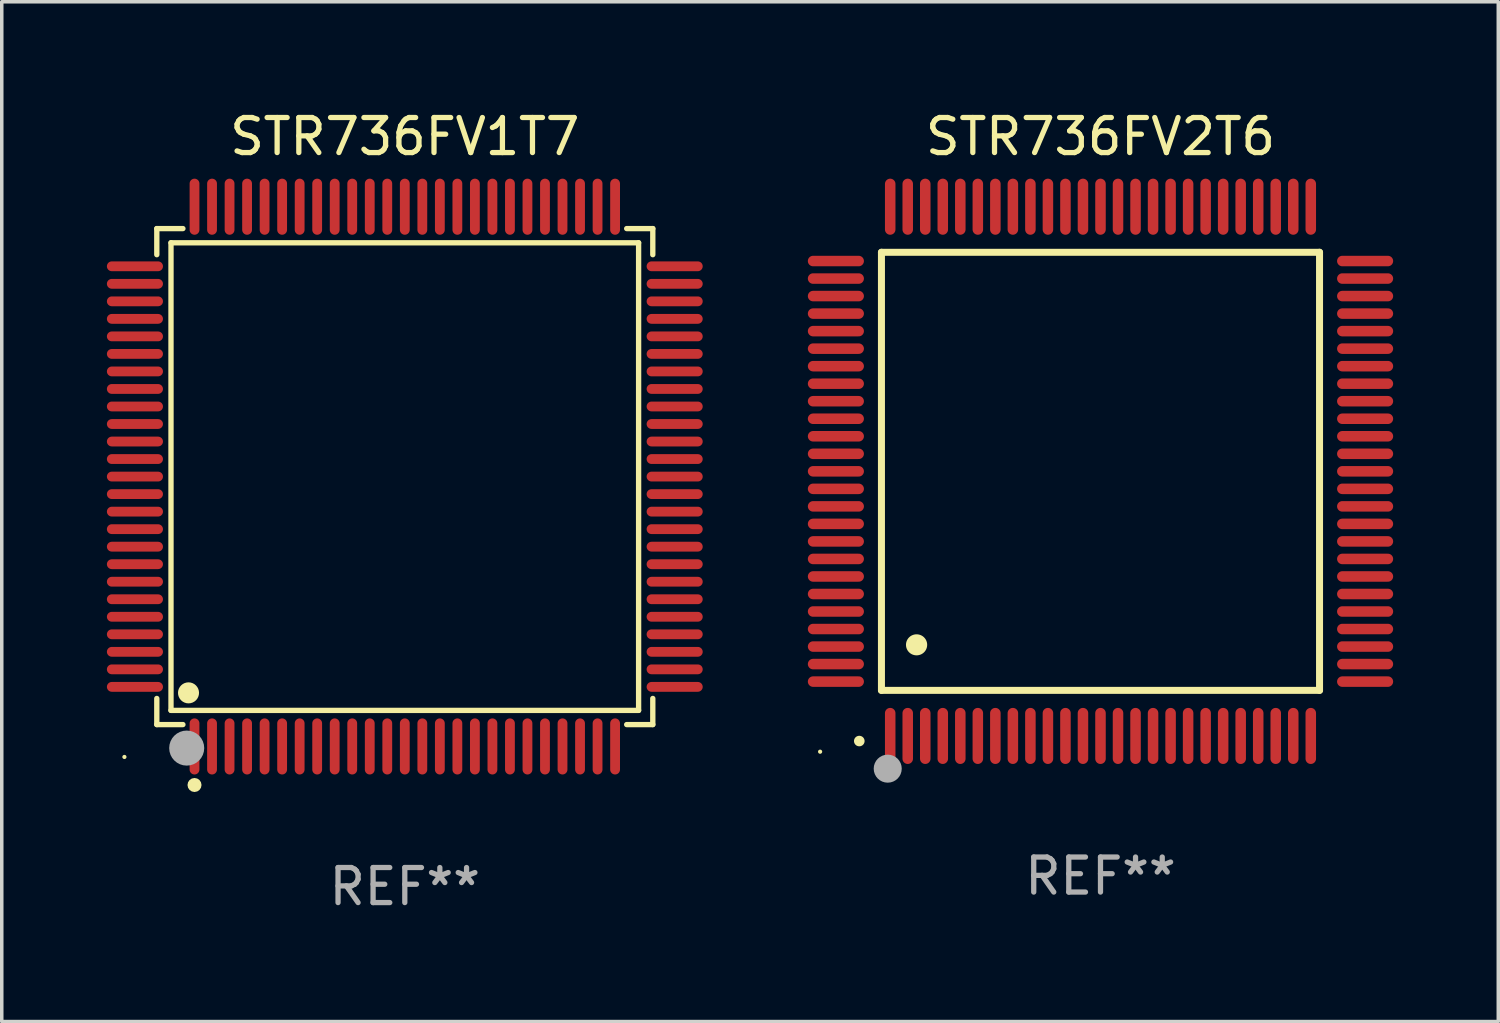
<source format=kicad_pcb>
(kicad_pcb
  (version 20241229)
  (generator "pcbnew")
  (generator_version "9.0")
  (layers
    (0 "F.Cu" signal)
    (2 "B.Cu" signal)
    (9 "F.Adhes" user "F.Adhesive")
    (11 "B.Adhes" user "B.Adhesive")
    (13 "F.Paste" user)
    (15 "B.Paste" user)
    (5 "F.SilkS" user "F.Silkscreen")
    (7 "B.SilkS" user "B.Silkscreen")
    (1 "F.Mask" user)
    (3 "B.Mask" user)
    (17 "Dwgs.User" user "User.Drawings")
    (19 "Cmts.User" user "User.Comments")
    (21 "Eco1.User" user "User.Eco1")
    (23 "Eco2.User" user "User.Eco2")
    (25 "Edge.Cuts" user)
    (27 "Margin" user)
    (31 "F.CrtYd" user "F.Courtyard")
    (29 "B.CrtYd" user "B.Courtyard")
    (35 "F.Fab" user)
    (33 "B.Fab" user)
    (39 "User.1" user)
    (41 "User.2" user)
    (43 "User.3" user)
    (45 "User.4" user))
  (footprint "STR736FV1T7"
    (layer "F.Cu")
    (at 8.5 10.548)
    (property "Reference" "STR736FV1T7" (at 0 -9.7 0) (layer "F.SilkS") (effects (font (size 1 1) (thickness 0.15))))
    (attr through_hole)
    (fp_line (start -7.076 -7.076) (end -6.331 -7.076) (stroke (width 0.152) (type solid)) (layer "F.SilkS"))
    (fp_line (start -7.076 -6.331) (end -7.076 -7.076) (stroke (width 0.152) (type solid)) (layer "F.SilkS"))
    (fp_line (start -7.076 6.331) (end -7.076 7.076) (stroke (width 0.152) (type solid)) (layer "F.SilkS"))
    (fp_line (start -7.076 7.076) (end -6.331 7.076) (stroke (width 0.152) (type solid)) (layer "F.SilkS"))
    (fp_line (start -6.671 -6.671) (end 6.671 -6.671) (stroke (width 0.152) (type solid)) (layer "F.SilkS"))
    (fp_line (start -6.671 6.671) (end -6.671 -6.671) (stroke (width 0.152) (type solid)) (layer "F.SilkS"))
    (fp_line (start 6.671 -6.671) (end 6.671 6.671) (stroke (width 0.152) (type solid)) (layer "F.SilkS"))
    (fp_line (start 6.671 6.671) (end -6.671 6.671) (stroke (width 0.152) (type solid)) (layer "F.SilkS"))
    (fp_line (start 7.076 -7.076) (end 6.331 -7.076) (stroke (width 0.152) (type solid)) (layer "F.SilkS"))
    (fp_line (start 7.076 -6.331) (end 7.076 -7.076) (stroke (width 0.152) (type solid)) (layer "F.SilkS"))
    (fp_line (start 7.076 6.331) (end 7.076 7.076) (stroke (width 0.152) (type solid)) (layer "F.SilkS"))
    (fp_line (start 7.076 7.076) (end 6.331 7.076) (stroke (width 0.152) (type solid)) (layer "F.SilkS"))
    (fp_circle (center -8 8) (end -7.97 8) (stroke (width 0.06) (type solid)) (fill no) (layer "F.SilkS"))
    (fp_circle (center -6.171 6.171) (end -6.021 6.171) (stroke (width 0.3) (type solid)) (fill no) (layer "F.SilkS"))
    (fp_circle (center -6 8.8) (end -5.9 8.8) (stroke (width 0.2) (type solid)) (fill no) (layer "F.SilkS"))
    (fp_circle (center -6.223 7.747) (end -5.973 7.747) (stroke (width 0.5) (type solid)) (fill no) (layer "F.Fab"))
    (fp_text user "REF**" (at 0 11.7 0) (layer "F.Fab") (effects (font (size 1 1) (thickness 0.15))))
    (pad "1" smd oval (at -6 7.7) (size 0.28 1.6) (layers "F.Cu" "F.Mask" "F.Paste"))
    (pad "2" smd oval (at -5.5 7.7) (size 0.28 1.6) (layers "F.Cu" "F.Mask" "F.Paste"))
    (pad "3" smd oval (at -5 7.7) (size 0.28 1.6) (layers "F.Cu" "F.Mask" "F.Paste"))
    (pad "4" smd oval (at -4.5 7.7) (size 0.28 1.6) (layers "F.Cu" "F.Mask" "F.Paste"))
    (pad "5" smd oval (at -4 7.7) (size 0.28 1.6) (layers "F.Cu" "F.Mask" "F.Paste"))
    (pad "6" smd oval (at -3.5 7.7) (size 0.28 1.6) (layers "F.Cu" "F.Mask" "F.Paste"))
    (pad "7" smd oval (at -3 7.7) (size 0.28 1.6) (layers "F.Cu" "F.Mask" "F.Paste"))
    (pad "8" smd oval (at -2.5 7.7) (size 0.28 1.6) (layers "F.Cu" "F.Mask" "F.Paste"))
    (pad "9" smd oval (at -2 7.7) (size 0.28 1.6) (layers "F.Cu" "F.Mask" "F.Paste"))
    (pad "10" smd oval (at -1.5 7.7) (size 0.28 1.6) (layers "F.Cu" "F.Mask" "F.Paste"))
    (pad "11" smd oval (at -1 7.7) (size 0.28 1.6) (layers "F.Cu" "F.Mask" "F.Paste"))
    (pad "12" smd oval (at -0.5 7.7) (size 0.28 1.6) (layers "F.Cu" "F.Mask" "F.Paste"))
    (pad "13" smd oval (at 0 7.7) (size 0.28 1.6) (layers "F.Cu" "F.Mask" "F.Paste"))
    (pad "14" smd oval (at 0.5 7.7) (size 0.28 1.6) (layers "F.Cu" "F.Mask" "F.Paste"))
    (pad "15" smd oval (at 1 7.7) (size 0.28 1.6) (layers "F.Cu" "F.Mask" "F.Paste"))
    (pad "16" smd oval (at 1.5 7.7) (size 0.28 1.6) (layers "F.Cu" "F.Mask" "F.Paste"))
    (pad "17" smd oval (at 2 7.7) (size 0.28 1.6) (layers "F.Cu" "F.Mask" "F.Paste"))
    (pad "18" smd oval (at 2.5 7.7) (size 0.28 1.6) (layers "F.Cu" "F.Mask" "F.Paste"))
    (pad "19" smd oval (at 3 7.7) (size 0.28 1.6) (layers "F.Cu" "F.Mask" "F.Paste"))
    (pad "20" smd oval (at 3.5 7.7) (size 0.28 1.6) (layers "F.Cu" "F.Mask" "F.Paste"))
    (pad "21" smd oval (at 4 7.7) (size 0.28 1.6) (layers "F.Cu" "F.Mask" "F.Paste"))
    (pad "22" smd oval (at 4.5 7.7) (size 0.28 1.6) (layers "F.Cu" "F.Mask" "F.Paste"))
    (pad "23" smd oval (at 5 7.7) (size 0.28 1.6) (layers "F.Cu" "F.Mask" "F.Paste"))
    (pad "24" smd oval (at 5.5 7.7) (size 0.28 1.6) (layers "F.Cu" "F.Mask" "F.Paste"))
    (pad "25" smd oval (at 6 7.7) (size 0.28 1.6) (layers "F.Cu" "F.Mask" "F.Paste"))
    (pad "26" smd oval (at 7.7 6) (size 1.6 0.28) (layers "F.Cu" "F.Mask" "F.Paste"))
    (pad "27" smd oval (at 7.7 5.5) (size 1.6 0.28) (layers "F.Cu" "F.Mask" "F.Paste"))
    (pad "28" smd oval (at 7.7 5) (size 1.6 0.28) (layers "F.Cu" "F.Mask" "F.Paste"))
    (pad "29" smd oval (at 7.7 4.5) (size 1.6 0.28) (layers "F.Cu" "F.Mask" "F.Paste"))
    (pad "30" smd oval (at 7.7 4) (size 1.6 0.28) (layers "F.Cu" "F.Mask" "F.Paste"))
    (pad "31" smd oval (at 7.7 3.5) (size 1.6 0.28) (layers "F.Cu" "F.Mask" "F.Paste"))
    (pad "32" smd oval (at 7.7 3) (size 1.6 0.28) (layers "F.Cu" "F.Mask" "F.Paste"))
    (pad "33" smd oval (at 7.7 2.5) (size 1.6 0.28) (layers "F.Cu" "F.Mask" "F.Paste"))
    (pad "34" smd oval (at 7.7 2) (size 1.6 0.28) (layers "F.Cu" "F.Mask" "F.Paste"))
    (pad "35" smd oval (at 7.7 1.5) (size 1.6 0.28) (layers "F.Cu" "F.Mask" "F.Paste"))
    (pad "36" smd oval (at 7.7 1) (size 1.6 0.28) (layers "F.Cu" "F.Mask" "F.Paste"))
    (pad "37" smd oval (at 7.7 0.5) (size 1.6 0.28) (layers "F.Cu" "F.Mask" "F.Paste"))
    (pad "38" smd oval (at 7.7 0) (size 1.6 0.28) (layers "F.Cu" "F.Mask" "F.Paste"))
    (pad "39" smd oval (at 7.7 -0.5) (size 1.6 0.28) (layers "F.Cu" "F.Mask" "F.Paste"))
    (pad "40" smd oval (at 7.7 -1) (size 1.6 0.28) (layers "F.Cu" "F.Mask" "F.Paste"))
    (pad "41" smd oval (at 7.7 -1.5) (size 1.6 0.28) (layers "F.Cu" "F.Mask" "F.Paste"))
    (pad "42" smd oval (at 7.7 -2) (size 1.6 0.28) (layers "F.Cu" "F.Mask" "F.Paste"))
    (pad "43" smd oval (at 7.7 -2.5) (size 1.6 0.28) (layers "F.Cu" "F.Mask" "F.Paste"))
    (pad "44" smd oval (at 7.7 -3) (size 1.6 0.28) (layers "F.Cu" "F.Mask" "F.Paste"))
    (pad "45" smd oval (at 7.7 -3.5) (size 1.6 0.28) (layers "F.Cu" "F.Mask" "F.Paste"))
    (pad "46" smd oval (at 7.7 -4) (size 1.6 0.28) (layers "F.Cu" "F.Mask" "F.Paste"))
    (pad "47" smd oval (at 7.7 -4.5) (size 1.6 0.28) (layers "F.Cu" "F.Mask" "F.Paste"))
    (pad "48" smd oval (at 7.7 -5) (size 1.6 0.28) (layers "F.Cu" "F.Mask" "F.Paste"))
    (pad "49" smd oval (at 7.7 -5.5) (size 1.6 0.28) (layers "F.Cu" "F.Mask" "F.Paste"))
    (pad "50" smd oval (at 7.7 -6) (size 1.6 0.28) (layers "F.Cu" "F.Mask" "F.Paste"))
    (pad "51" smd oval (at 6 -7.7) (size 0.28 1.6) (layers "F.Cu" "F.Mask" "F.Paste"))
    (pad "52" smd oval (at 5.5 -7.7) (size 0.28 1.6) (layers "F.Cu" "F.Mask" "F.Paste"))
    (pad "53" smd oval (at 5 -7.7) (size 0.28 1.6) (layers "F.Cu" "F.Mask" "F.Paste"))
    (pad "54" smd oval (at 4.5 -7.7) (size 0.28 1.6) (layers "F.Cu" "F.Mask" "F.Paste"))
    (pad "55" smd oval (at 4 -7.7) (size 0.28 1.6) (layers "F.Cu" "F.Mask" "F.Paste"))
    (pad "56" smd oval (at 3.5 -7.7) (size 0.28 1.6) (layers "F.Cu" "F.Mask" "F.Paste"))
    (pad "57" smd oval (at 3 -7.7) (size 0.28 1.6) (layers "F.Cu" "F.Mask" "F.Paste"))
    (pad "58" smd oval (at 2.5 -7.7) (size 0.28 1.6) (layers "F.Cu" "F.Mask" "F.Paste"))
    (pad "59" smd oval (at 2 -7.7) (size 0.28 1.6) (layers "F.Cu" "F.Mask" "F.Paste"))
    (pad "60" smd oval (at 1.5 -7.7) (size 0.28 1.6) (layers "F.Cu" "F.Mask" "F.Paste"))
    (pad "61" smd oval (at 1 -7.7) (size 0.28 1.6) (layers "F.Cu" "F.Mask" "F.Paste"))
    (pad "62" smd oval (at 0.5 -7.7) (size 0.28 1.6) (layers "F.Cu" "F.Mask" "F.Paste"))
    (pad "63" smd oval (at 0 -7.7) (size 0.28 1.6) (layers "F.Cu" "F.Mask" "F.Paste"))
    (pad "64" smd oval (at -0.5 -7.7) (size 0.28 1.6) (layers "F.Cu" "F.Mask" "F.Paste"))
    (pad "65" smd oval (at -1 -7.7) (size 0.28 1.6) (layers "F.Cu" "F.Mask" "F.Paste"))
    (pad "66" smd oval (at -1.5 -7.7) (size 0.28 1.6) (layers "F.Cu" "F.Mask" "F.Paste"))
    (pad "67" smd oval (at -2 -7.7) (size 0.28 1.6) (layers "F.Cu" "F.Mask" "F.Paste"))
    (pad "68" smd oval (at -2.5 -7.7) (size 0.28 1.6) (layers "F.Cu" "F.Mask" "F.Paste"))
    (pad "69" smd oval (at -3 -7.7) (size 0.28 1.6) (layers "F.Cu" "F.Mask" "F.Paste"))
    (pad "70" smd oval (at -3.5 -7.7) (size 0.28 1.6) (layers "F.Cu" "F.Mask" "F.Paste"))
    (pad "71" smd oval (at -4 -7.7) (size 0.28 1.6) (layers "F.Cu" "F.Mask" "F.Paste"))
    (pad "72" smd oval (at -4.5 -7.7) (size 0.28 1.6) (layers "F.Cu" "F.Mask" "F.Paste"))
    (pad "73" smd oval (at -5 -7.7) (size 0.28 1.6) (layers "F.Cu" "F.Mask" "F.Paste"))
    (pad "74" smd oval (at -5.5 -7.7) (size 0.28 1.6) (layers "F.Cu" "F.Mask" "F.Paste"))
    (pad "75" smd oval (at -6 -7.7) (size 0.28 1.6) (layers "F.Cu" "F.Mask" "F.Paste"))
    (pad "76" smd oval (at -7.7 -6) (size 1.6 0.28) (layers "F.Cu" "F.Mask" "F.Paste"))
    (pad "77" smd oval (at -7.7 -5.5) (size 1.6 0.28) (layers "F.Cu" "F.Mask" "F.Paste"))
    (pad "78" smd oval (at -7.7 -5) (size 1.6 0.28) (layers "F.Cu" "F.Mask" "F.Paste"))
    (pad "79" smd oval (at -7.7 -4.5) (size 1.6 0.28) (layers "F.Cu" "F.Mask" "F.Paste"))
    (pad "80" smd oval (at -7.7 -4) (size 1.6 0.28) (layers "F.Cu" "F.Mask" "F.Paste"))
    (pad "81" smd oval (at -7.7 -3.5) (size 1.6 0.28) (layers "F.Cu" "F.Mask" "F.Paste"))
    (pad "82" smd oval (at -7.7 -3) (size 1.6 0.28) (layers "F.Cu" "F.Mask" "F.Paste"))
    (pad "83" smd oval (at -7.7 -2.5) (size 1.6 0.28) (layers "F.Cu" "F.Mask" "F.Paste"))
    (pad "84" smd oval (at -7.7 -2) (size 1.6 0.28) (layers "F.Cu" "F.Mask" "F.Paste"))
    (pad "85" smd oval (at -7.7 -1.5) (size 1.6 0.28) (layers "F.Cu" "F.Mask" "F.Paste"))
    (pad "86" smd oval (at -7.7 -1) (size 1.6 0.28) (layers "F.Cu" "F.Mask" "F.Paste"))
    (pad "87" smd oval (at -7.7 -0.5) (size 1.6 0.28) (layers "F.Cu" "F.Mask" "F.Paste"))
    (pad "88" smd oval (at -7.7 0) (size 1.6 0.28) (layers "F.Cu" "F.Mask" "F.Paste"))
    (pad "89" smd oval (at -7.7 0.5) (size 1.6 0.28) (layers "F.Cu" "F.Mask" "F.Paste"))
    (pad "90" smd oval (at -7.7 1) (size 1.6 0.28) (layers "F.Cu" "F.Mask" "F.Paste"))
    (pad "91" smd oval (at -7.7 1.5) (size 1.6 0.28) (layers "F.Cu" "F.Mask" "F.Paste"))
    (pad "92" smd oval (at -7.7 2) (size 1.6 0.28) (layers "F.Cu" "F.Mask" "F.Paste"))
    (pad "93" smd oval (at -7.7 2.5) (size 1.6 0.28) (layers "F.Cu" "F.Mask" "F.Paste"))
    (pad "94" smd oval (at -7.7 3) (size 1.6 0.28) (layers "F.Cu" "F.Mask" "F.Paste"))
    (pad "95" smd oval (at -7.7 3.5) (size 1.6 0.28) (layers "F.Cu" "F.Mask" "F.Paste"))
    (pad "96" smd oval (at -7.7 4) (size 1.6 0.28) (layers "F.Cu" "F.Mask" "F.Paste"))
    (pad "97" smd oval (at -7.7 4.5) (size 1.6 0.28) (layers "F.Cu" "F.Mask" "F.Paste"))
    (pad "98" smd oval (at -7.7 5) (size 1.6 0.28) (layers "F.Cu" "F.Mask" "F.Paste"))
    (pad "99" smd oval (at -7.7 5.5) (size 1.6 0.28) (layers "F.Cu" "F.Mask" "F.Paste"))
    (pad "100" smd oval (at -7.7 6) (size 1.6 0.28) (layers "F.Cu" "F.Mask" "F.Paste")))
  (footprint "STR736FV2T6"
    (layer "F.Cu")
    (at 28.35 10.398)
    (property "Reference" "STR736FV2T6" (at 0 -9.55 0) (layer "F.SilkS") (effects (font (size 1 1) (thickness 0.15))))
    (attr through_hole)
    (fp_line (start -6.25 -6.25) (end -6.25 6.25) (stroke (width 0.2) (type solid)) (layer "F.SilkS"))
    (fp_line (start -6.25 6.25) (end 6.25 6.25) (stroke (width 0.2) (type solid)) (layer "F.SilkS"))
    (fp_line (start 6.25 -6.25) (end -6.25 -6.25) (stroke (width 0.2) (type solid)) (layer "F.SilkS"))
    (fp_line (start 6.25 6.25) (end 6.25 -6.25) (stroke (width 0.2) (type solid)) (layer "F.SilkS"))
    (fp_arc (start -6.883414 7.696215) (mid -6.882144 7.69621) (end -6.880874 7.696215) (stroke (width 0.3) (type solid)) (layer "F.SilkS"))
    (fp_arc (start -5.250191 4.95047) (mid -5.247651 4.950459) (end -5.245111 4.95047) (stroke (width 0.6) (type solid)) (layer "F.SilkS"))
    (fp_circle (center -8 8) (end -7.97 8) (stroke (width 0.06) (type solid)) (fill no) (layer "F.SilkS"))
    (fp_circle (center -6.071 8.484) (end -5.871 8.484) (stroke (width 0.4) (type solid)) (fill no) (layer "F.Fab"))
    (fp_text user "REF**" (at 0 11.55 0) (layer "F.Fab") (effects (font (size 1 1) (thickness 0.15))))
    (pad "1" smd oval (at -6 7.55) (size 0.3 1.6) (layers "F.Cu" "F.Mask" "F.Paste"))
    (pad "2" smd oval (at -5.5 7.55) (size 0.3 1.6) (layers "F.Cu" "F.Mask" "F.Paste"))
    (pad "3" smd oval (at -5 7.55) (size 0.3 1.6) (layers "F.Cu" "F.Mask" "F.Paste"))
    (pad "4" smd oval (at -4.5 7.55) (size 0.3 1.6) (layers "F.Cu" "F.Mask" "F.Paste"))
    (pad "5" smd oval (at -4 7.55) (size 0.3 1.6) (layers "F.Cu" "F.Mask" "F.Paste"))
    (pad "6" smd oval (at -3.5 7.55) (size 0.3 1.6) (layers "F.Cu" "F.Mask" "F.Paste"))
    (pad "7" smd oval (at -3 7.55) (size 0.3 1.6) (layers "F.Cu" "F.Mask" "F.Paste"))
    (pad "8" smd oval (at -2.5 7.55) (size 0.3 1.6) (layers "F.Cu" "F.Mask" "F.Paste"))
    (pad "9" smd oval (at -2 7.55) (size 0.3 1.6) (layers "F.Cu" "F.Mask" "F.Paste"))
    (pad "10" smd oval (at -1.5 7.55) (size 0.3 1.6) (layers "F.Cu" "F.Mask" "F.Paste"))
    (pad "11" smd oval (at -1 7.55) (size 0.3 1.6) (layers "F.Cu" "F.Mask" "F.Paste"))
    (pad "12" smd oval (at -0.5 7.55) (size 0.3 1.6) (layers "F.Cu" "F.Mask" "F.Paste"))
    (pad "13" smd oval (at 0 7.55) (size 0.3 1.6) (layers "F.Cu" "F.Mask" "F.Paste"))
    (pad "14" smd oval (at 0.5 7.55) (size 0.3 1.6) (layers "F.Cu" "F.Mask" "F.Paste"))
    (pad "15" smd oval (at 1 7.55) (size 0.3 1.6) (layers "F.Cu" "F.Mask" "F.Paste"))
    (pad "16" smd oval (at 1.5 7.55) (size 0.3 1.6) (layers "F.Cu" "F.Mask" "F.Paste"))
    (pad "17" smd oval (at 2 7.55) (size 0.3 1.6) (layers "F.Cu" "F.Mask" "F.Paste"))
    (pad "18" smd oval (at 2.5 7.55) (size 0.3 1.6) (layers "F.Cu" "F.Mask" "F.Paste"))
    (pad "19" smd oval (at 3 7.55) (size 0.3 1.6) (layers "F.Cu" "F.Mask" "F.Paste"))
    (pad "20" smd oval (at 3.5 7.55) (size 0.3 1.6) (layers "F.Cu" "F.Mask" "F.Paste"))
    (pad "21" smd oval (at 4 7.55) (size 0.3 1.6) (layers "F.Cu" "F.Mask" "F.Paste"))
    (pad "22" smd oval (at 4.5 7.55) (size 0.3 1.6) (layers "F.Cu" "F.Mask" "F.Paste"))
    (pad "23" smd oval (at 5 7.55) (size 0.3 1.6) (layers "F.Cu" "F.Mask" "F.Paste"))
    (pad "24" smd oval (at 5.5 7.55) (size 0.3 1.6) (layers "F.Cu" "F.Mask" "F.Paste"))
    (pad "25" smd oval (at 6 7.55) (size 0.3 1.6) (layers "F.Cu" "F.Mask" "F.Paste"))
    (pad "26" smd oval (at 7.55 6) (size 1.6 0.3) (layers "F.Cu" "F.Mask" "F.Paste"))
    (pad "27" smd oval (at 7.55 5.5) (size 1.6 0.3) (layers "F.Cu" "F.Mask" "F.Paste"))
    (pad "28" smd oval (at 7.55 5) (size 1.6 0.3) (layers "F.Cu" "F.Mask" "F.Paste"))
    (pad "29" smd oval (at 7.55 4.5) (size 1.6 0.3) (layers "F.Cu" "F.Mask" "F.Paste"))
    (pad "30" smd oval (at 7.55 4) (size 1.6 0.3) (layers "F.Cu" "F.Mask" "F.Paste"))
    (pad "31" smd oval (at 7.55 3.5) (size 1.6 0.3) (layers "F.Cu" "F.Mask" "F.Paste"))
    (pad "32" smd oval (at 7.55 3) (size 1.6 0.3) (layers "F.Cu" "F.Mask" "F.Paste"))
    (pad "33" smd oval (at 7.55 2.5) (size 1.6 0.3) (layers "F.Cu" "F.Mask" "F.Paste"))
    (pad "34" smd oval (at 7.55 2) (size 1.6 0.3) (layers "F.Cu" "F.Mask" "F.Paste"))
    (pad "35" smd oval (at 7.55 1.5) (size 1.6 0.3) (layers "F.Cu" "F.Mask" "F.Paste"))
    (pad "36" smd oval (at 7.55 1) (size 1.6 0.3) (layers "F.Cu" "F.Mask" "F.Paste"))
    (pad "37" smd oval (at 7.55 0.5) (size 1.6 0.3) (layers "F.Cu" "F.Mask" "F.Paste"))
    (pad "38" smd oval (at 7.55 0) (size 1.6 0.3) (layers "F.Cu" "F.Mask" "F.Paste"))
    (pad "39" smd oval (at 7.55 -0.5) (size 1.6 0.3) (layers "F.Cu" "F.Mask" "F.Paste"))
    (pad "40" smd oval (at 7.55 -1) (size 1.6 0.3) (layers "F.Cu" "F.Mask" "F.Paste"))
    (pad "41" smd oval (at 7.55 -1.5) (size 1.6 0.3) (layers "F.Cu" "F.Mask" "F.Paste"))
    (pad "42" smd oval (at 7.55 -2) (size 1.6 0.3) (layers "F.Cu" "F.Mask" "F.Paste"))
    (pad "43" smd oval (at 7.55 -2.5) (size 1.6 0.3) (layers "F.Cu" "F.Mask" "F.Paste"))
    (pad "44" smd oval (at 7.55 -3) (size 1.6 0.3) (layers "F.Cu" "F.Mask" "F.Paste"))
    (pad "45" smd oval (at 7.55 -3.5) (size 1.6 0.3) (layers "F.Cu" "F.Mask" "F.Paste"))
    (pad "46" smd oval (at 7.55 -4) (size 1.6 0.3) (layers "F.Cu" "F.Mask" "F.Paste"))
    (pad "47" smd oval (at 7.55 -4.5) (size 1.6 0.3) (layers "F.Cu" "F.Mask" "F.Paste"))
    (pad "48" smd oval (at 7.55 -5) (size 1.6 0.3) (layers "F.Cu" "F.Mask" "F.Paste"))
    (pad "49" smd oval (at 7.55 -5.5) (size 1.6 0.3) (layers "F.Cu" "F.Mask" "F.Paste"))
    (pad "50" smd oval (at 7.55 -6) (size 1.6 0.3) (layers "F.Cu" "F.Mask" "F.Paste"))
    (pad "51" smd oval (at 6 -7.55) (size 0.3 1.6) (layers "F.Cu" "F.Mask" "F.Paste"))
    (pad "52" smd oval (at 5.5 -7.55) (size 0.3 1.6) (layers "F.Cu" "F.Mask" "F.Paste"))
    (pad "53" smd oval (at 5 -7.55) (size 0.3 1.6) (layers "F.Cu" "F.Mask" "F.Paste"))
    (pad "54" smd oval (at 4.5 -7.55) (size 0.3 1.6) (layers "F.Cu" "F.Mask" "F.Paste"))
    (pad "55" smd oval (at 4 -7.55) (size 0.3 1.6) (layers "F.Cu" "F.Mask" "F.Paste"))
    (pad "56" smd oval (at 3.5 -7.55) (size 0.3 1.6) (layers "F.Cu" "F.Mask" "F.Paste"))
    (pad "57" smd oval (at 3 -7.55) (size 0.3 1.6) (layers "F.Cu" "F.Mask" "F.Paste"))
    (pad "58" smd oval (at 2.5 -7.55) (size 0.3 1.6) (layers "F.Cu" "F.Mask" "F.Paste"))
    (pad "59" smd oval (at 2 -7.55) (size 0.3 1.6) (layers "F.Cu" "F.Mask" "F.Paste"))
    (pad "60" smd oval (at 1.5 -7.55) (size 0.3 1.6) (layers "F.Cu" "F.Mask" "F.Paste"))
    (pad "61" smd oval (at 1 -7.55) (size 0.3 1.6) (layers "F.Cu" "F.Mask" "F.Paste"))
    (pad "62" smd oval (at 0.5 -7.55) (size 0.3 1.6) (layers "F.Cu" "F.Mask" "F.Paste"))
    (pad "63" smd oval (at 0 -7.55) (size 0.3 1.6) (layers "F.Cu" "F.Mask" "F.Paste"))
    (pad "64" smd oval (at -0.5 -7.55) (size 0.3 1.6) (layers "F.Cu" "F.Mask" "F.Paste"))
    (pad "65" smd oval (at -1 -7.55) (size 0.3 1.6) (layers "F.Cu" "F.Mask" "F.Paste"))
    (pad "66" smd oval (at -1.5 -7.55) (size 0.3 1.6) (layers "F.Cu" "F.Mask" "F.Paste"))
    (pad "67" smd oval (at -2 -7.55) (size 0.3 1.6) (layers "F.Cu" "F.Mask" "F.Paste"))
    (pad "68" smd oval (at -2.5 -7.55) (size 0.3 1.6) (layers "F.Cu" "F.Mask" "F.Paste"))
    (pad "69" smd oval (at -3 -7.55) (size 0.3 1.6) (layers "F.Cu" "F.Mask" "F.Paste"))
    (pad "70" smd oval (at -3.5 -7.55) (size 0.3 1.6) (layers "F.Cu" "F.Mask" "F.Paste"))
    (pad "71" smd oval (at -4 -7.55) (size 0.3 1.6) (layers "F.Cu" "F.Mask" "F.Paste"))
    (pad "72" smd oval (at -4.5 -7.55) (size 0.3 1.6) (layers "F.Cu" "F.Mask" "F.Paste"))
    (pad "73" smd oval (at -5 -7.55) (size 0.3 1.6) (layers "F.Cu" "F.Mask" "F.Paste"))
    (pad "74" smd oval (at -5.5 -7.55) (size 0.3 1.6) (layers "F.Cu" "F.Mask" "F.Paste"))
    (pad "75" smd oval (at -6 -7.55) (size 0.3 1.6) (layers "F.Cu" "F.Mask" "F.Paste"))
    (pad "76" smd oval (at -7.55 -6) (size 1.6 0.3) (layers "F.Cu" "F.Mask" "F.Paste"))
    (pad "77" smd oval (at -7.55 -5.5) (size 1.6 0.3) (layers "F.Cu" "F.Mask" "F.Paste"))
    (pad "78" smd oval (at -7.55 -5) (size 1.6 0.3) (layers "F.Cu" "F.Mask" "F.Paste"))
    (pad "79" smd oval (at -7.55 -4.5) (size 1.6 0.3) (layers "F.Cu" "F.Mask" "F.Paste"))
    (pad "80" smd oval (at -7.55 -4) (size 1.6 0.3) (layers "F.Cu" "F.Mask" "F.Paste"))
    (pad "81" smd oval (at -7.55 -3.5) (size 1.6 0.3) (layers "F.Cu" "F.Mask" "F.Paste"))
    (pad "82" smd oval (at -7.55 -3) (size 1.6 0.3) (layers "F.Cu" "F.Mask" "F.Paste"))
    (pad "83" smd oval (at -7.55 -2.5) (size 1.6 0.3) (layers "F.Cu" "F.Mask" "F.Paste"))
    (pad "84" smd oval (at -7.55 -2) (size 1.6 0.3) (layers "F.Cu" "F.Mask" "F.Paste"))
    (pad "85" smd oval (at -7.55 -1.5) (size 1.6 0.3) (layers "F.Cu" "F.Mask" "F.Paste"))
    (pad "86" smd oval (at -7.55 -1) (size 1.6 0.3) (layers "F.Cu" "F.Mask" "F.Paste"))
    (pad "87" smd oval (at -7.55 -0.5) (size 1.6 0.3) (layers "F.Cu" "F.Mask" "F.Paste"))
    (pad "88" smd oval (at -7.55 0) (size 1.6 0.3) (layers "F.Cu" "F.Mask" "F.Paste"))
    (pad "89" smd oval (at -7.55 0.5) (size 1.6 0.3) (layers "F.Cu" "F.Mask" "F.Paste"))
    (pad "90" smd oval (at -7.55 1) (size 1.6 0.3) (layers "F.Cu" "F.Mask" "F.Paste"))
    (pad "91" smd oval (at -7.55 1.5) (size 1.6 0.3) (layers "F.Cu" "F.Mask" "F.Paste"))
    (pad "92" smd oval (at -7.55 2) (size 1.6 0.3) (layers "F.Cu" "F.Mask" "F.Paste"))
    (pad "93" smd oval (at -7.55 2.5) (size 1.6 0.3) (layers "F.Cu" "F.Mask" "F.Paste"))
    (pad "94" smd oval (at -7.55 3) (size 1.6 0.3) (layers "F.Cu" "F.Mask" "F.Paste"))
    (pad "95" smd oval (at -7.55 3.5) (size 1.6 0.3) (layers "F.Cu" "F.Mask" "F.Paste"))
    (pad "96" smd oval (at -7.55 4) (size 1.6 0.3) (layers "F.Cu" "F.Mask" "F.Paste"))
    (pad "97" smd oval (at -7.55 4.5) (size 1.6 0.3) (layers "F.Cu" "F.Mask" "F.Paste"))
    (pad "98" smd oval (at -7.55 5) (size 1.6 0.3) (layers "F.Cu" "F.Mask" "F.Paste"))
    (pad "99" smd oval (at -7.55 5.5) (size 1.6 0.3) (layers "F.Cu" "F.Mask" "F.Paste"))
    (pad "100" smd oval (at -7.55 6) (size 1.6 0.3) (layers "F.Cu" "F.Mask" "F.Paste")))
  (gr_rect
    (start -3 -3)
    (end 39.7 26.097)
    (stroke (width 0.1) (type default))
    (fill no)
    (layer "Edge.Cuts")))
</source>
